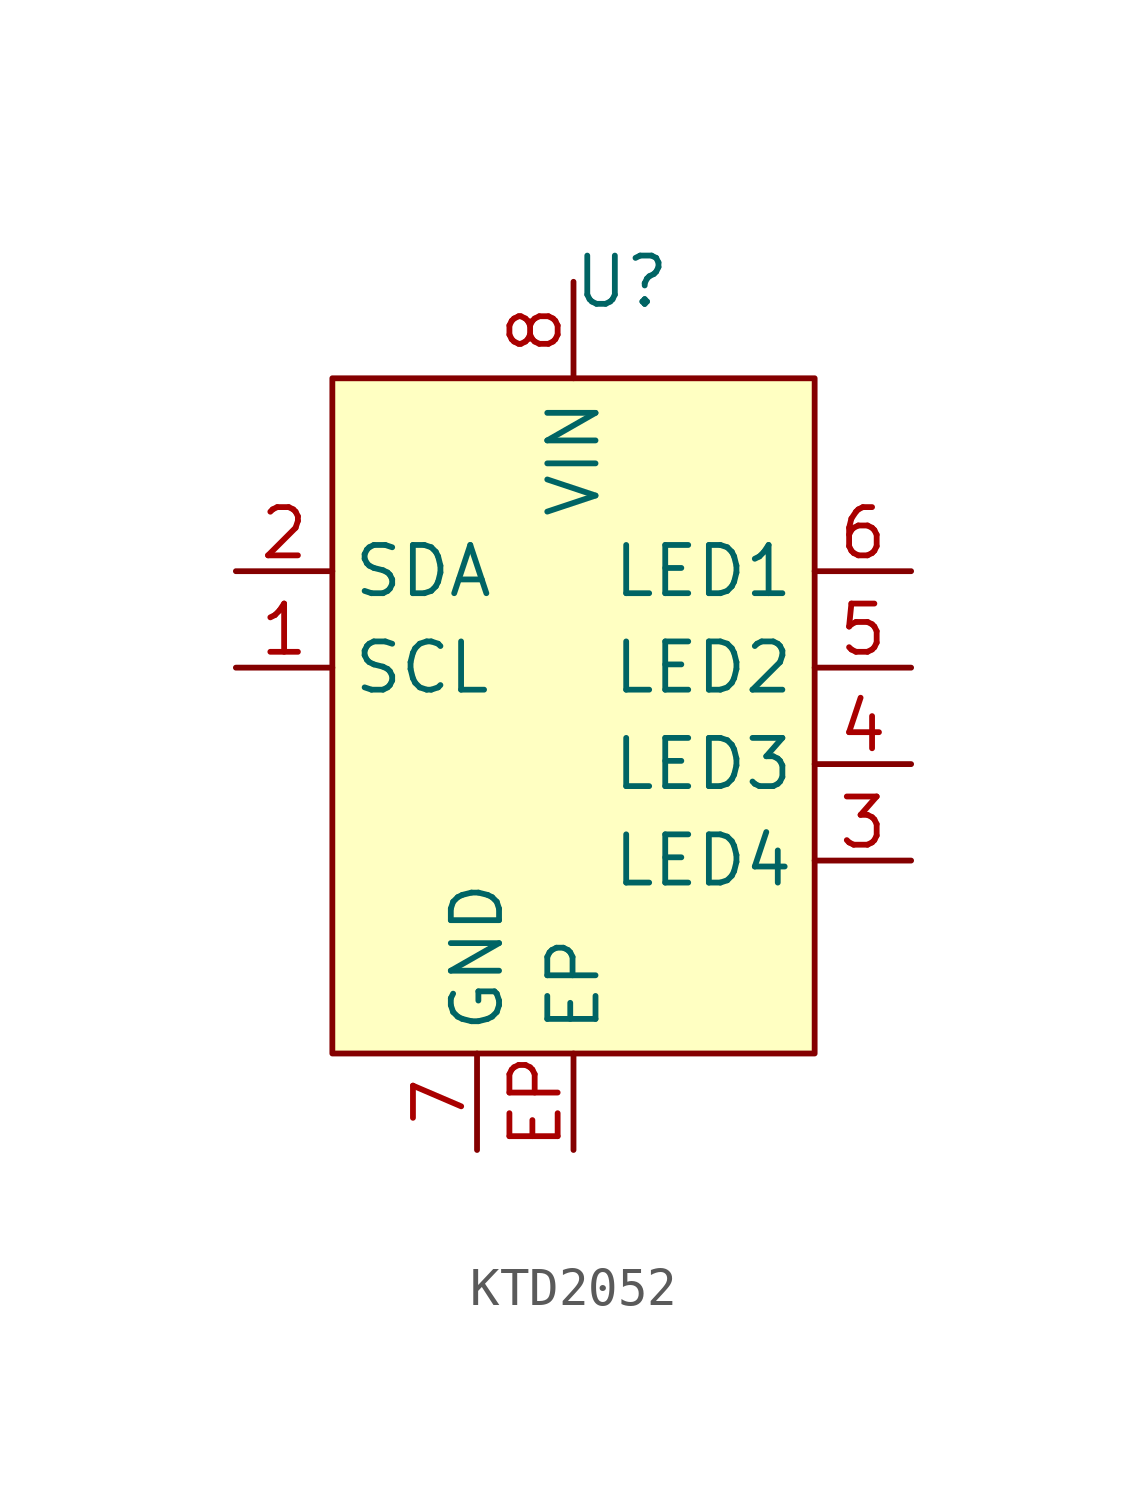
<source format=kicad_sym>
(kicad_symbol_lib
  (version 20220914)
  (generator kicad_symbol_editor)
  (symbol "KTD2052"
    (property "Reference" "U"
      (at 1.27 11.43 0)
      (effects (font (size 1.27 1.27))))
    (property "Value" ""
      (at -2.54 -5.08 0)
      (effects (font (size 1.27 1.27))))
    (symbol "KTD2052_1_1"
      (rectangle (start -6.35 8.89) (end 6.35 -8.89) (stroke (width 0) (type default)) (fill (type background)))
      (pin input line (at -8.89 1.27 0) (length 2.54) (name "SCL" (effects (font (size 1.27 1.27)))) (number "1" (effects (font (size 1.27 1.27)))))
      (pin bidirectional line (at -8.89 3.81 0) (length 2.54) (name "SDA" (effects (font (size 1.27 1.27)))) (number "2" (effects (font (size 1.27 1.27)))))
      (pin output line (at 8.89 -3.81 180) (length 2.54) (name "LED4" (effects (font (size 1.27 1.27)))) (number "3" (effects (font (size 1.27 1.27)))))
      (pin output line (at 8.89 -1.27 180) (length 2.54) (name "LED3" (effects (font (size 1.27 1.27)))) (number "4" (effects (font (size 1.27 1.27)))))
      (pin output line (at 8.89 1.27 180) (length 2.54) (name "LED2" (effects (font (size 1.27 1.27)))) (number "5" (effects (font (size 1.27 1.27)))))
      (pin output line (at 8.89 3.81 180) (length 2.54) (name "LED1" (effects (font (size 1.27 1.27)))) (number "6" (effects (font (size 1.27 1.27)))))
      (pin power_in line (at -2.54 -11.43 90) (length 2.54) (name "GND" (effects (font (size 1.27 1.27)))) (number "7" (effects (font (size 1.27 1.27)))))
      (pin power_in line (at 0 11.43 270) (length 2.54) (name "VIN" (effects (font (size 1.27 1.27)))) (number "8" (effects (font (size 1.27 1.27)))))
      (pin power_in line (at 0 -11.43 90) (length 2.54) (name "EP" (effects (font (size 1.27 1.27)))) (number "EP" (effects (font (size 1.27 1.27))))))))
</source>
